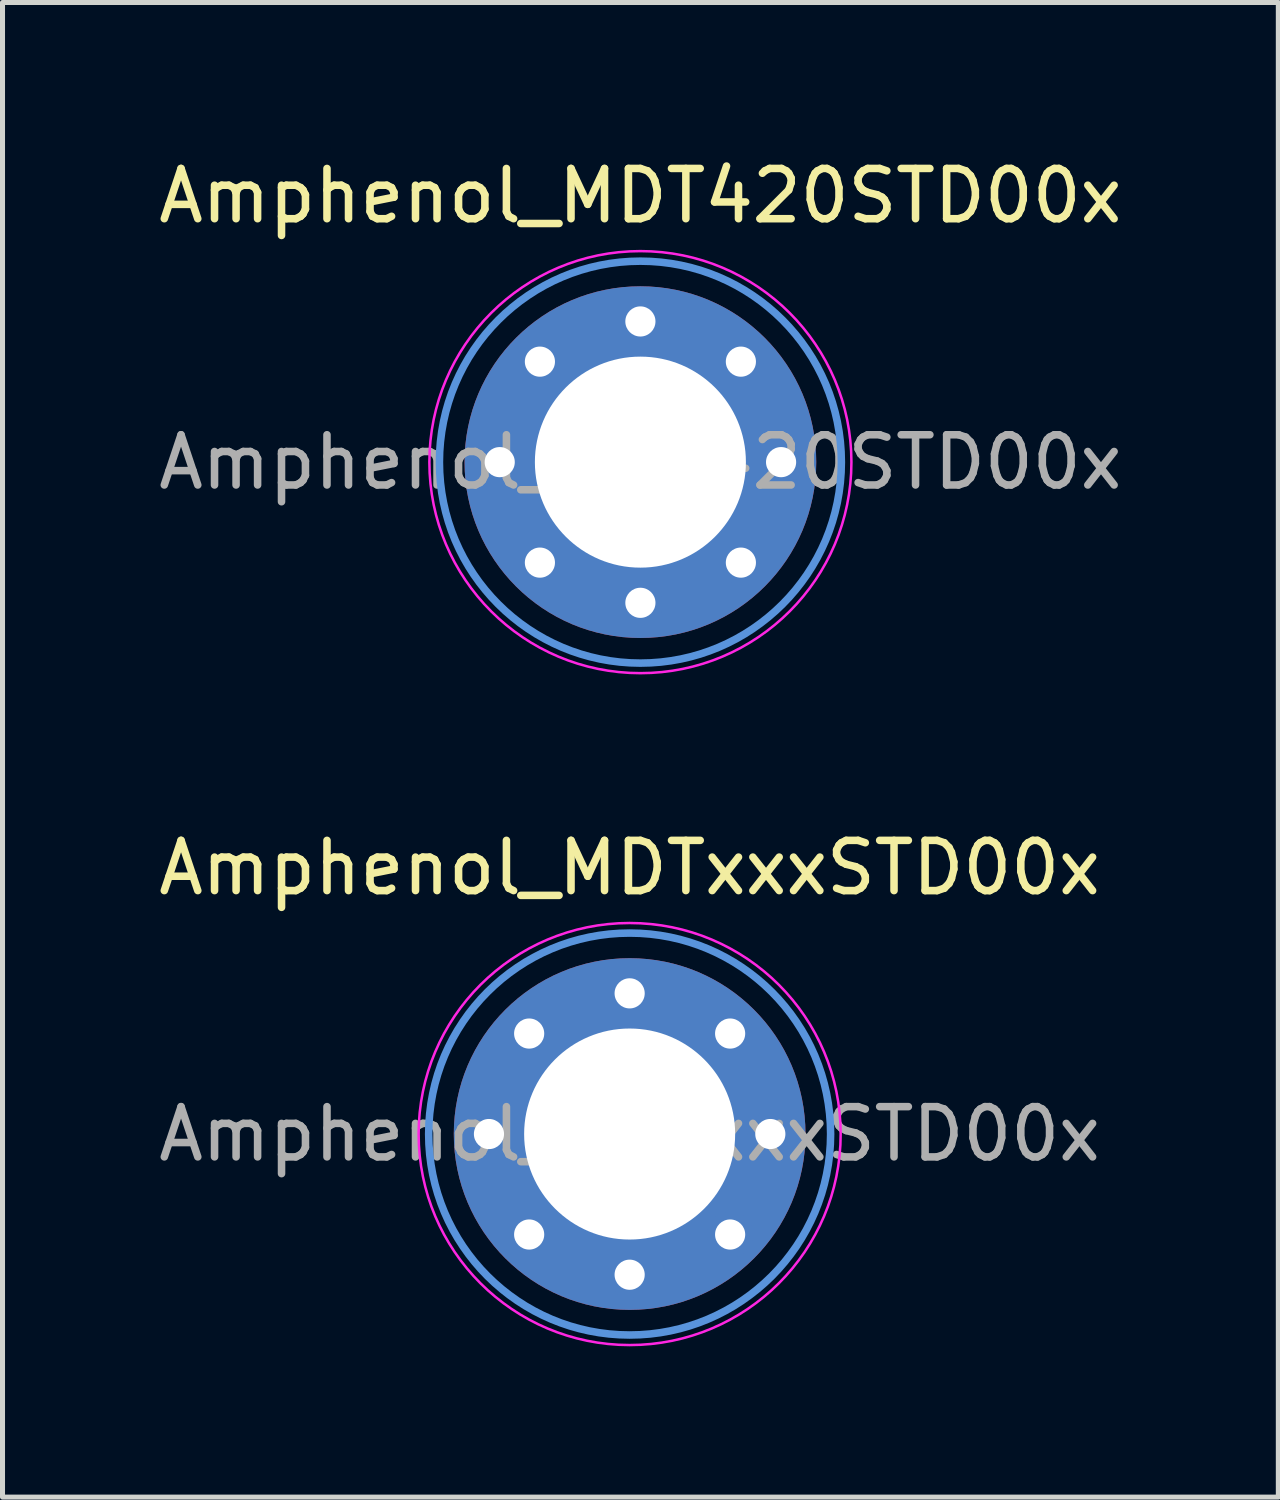
<source format=kicad_pcb>
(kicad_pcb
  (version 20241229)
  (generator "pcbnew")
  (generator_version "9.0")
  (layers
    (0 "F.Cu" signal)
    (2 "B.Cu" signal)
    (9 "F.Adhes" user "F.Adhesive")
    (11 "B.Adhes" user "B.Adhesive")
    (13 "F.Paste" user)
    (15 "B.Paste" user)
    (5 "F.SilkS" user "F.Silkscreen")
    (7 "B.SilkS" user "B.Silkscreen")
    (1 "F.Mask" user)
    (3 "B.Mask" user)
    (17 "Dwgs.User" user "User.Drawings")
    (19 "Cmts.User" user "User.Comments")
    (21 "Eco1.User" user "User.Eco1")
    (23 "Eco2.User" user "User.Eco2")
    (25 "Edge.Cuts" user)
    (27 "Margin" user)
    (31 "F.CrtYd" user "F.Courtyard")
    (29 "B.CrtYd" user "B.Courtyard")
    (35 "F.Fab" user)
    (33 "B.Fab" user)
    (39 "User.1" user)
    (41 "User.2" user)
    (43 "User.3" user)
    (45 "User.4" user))
  (footprint "Amphenol_MDTxxxSTD00x"
    (layer "F.Cu")
    (at 9.482 19.521)
    (property "Reference" "Amphenol_MDTxxxSTD00x" (at 0 -5.3 0) (layer "F.SilkS") (effects (font (size 1 1) (thickness 0.15))))
    (attr exclude_from_pos_files exclude_from_bom)
    (fp_circle (center 0 0) (end 4 0) (stroke (width 0.15) (type solid)) (fill no) (layer "Cmts.User"))
    (fp_circle (center 0 0) (end 4.2 0) (stroke (width 0.05) (type solid)) (fill no) (layer "F.CrtYd"))
    (fp_text user "${REFERENCE}" (at 0 0 0) (layer "F.Fab") (effects (font (size 1 1) (thickness 0.15))))
    (pad "1" thru_hole circle (at -2.8 0) (size 0.9 0.9) (drill 0.6) (layers "*.Cu" "*.Mask" "F.Paste"))
    (pad "1" thru_hole circle (at -2 -2) (size 0.9 0.9) (drill 0.6) (layers "*.Cu" "*.Mask" "F.Paste"))
    (pad "1" thru_hole circle (at -2 2) (size 0.9 0.9) (drill 0.6) (layers "*.Cu" "*.Mask" "F.Paste"))
    (pad "1" thru_hole circle (at 0 -2.8) (size 0.9 0.9) (drill 0.6) (layers "*.Cu" "*.Mask" "F.Paste"))
    (pad "1" thru_hole circle (at 0 0) (size 7 7) (drill 4.2) (layers "*.Cu" "*.Mask"))
    (pad "1" thru_hole circle (at 0 2.8) (size 0.9 0.9) (drill 0.6) (layers "*.Cu" "*.Mask" "F.Paste"))
    (pad "1" thru_hole circle (at 2 -2) (size 0.9 0.9) (drill 0.6) (layers "*.Cu" "*.Mask" "F.Paste"))
    (pad "1" thru_hole circle (at 2 2) (size 0.9 0.9) (drill 0.6) (layers "*.Cu" "*.Mask" "F.Paste"))
    (pad "1" thru_hole circle (at 2.8 0) (size 0.9 0.9) (drill 0.6) (layers "*.Cu" "*.Mask" "F.Paste")))
  (footprint "Amphenol_MDT420STD00x"
    (layer "F.Cu")
    (at 9.696 6.148)
    (property "Reference" "Amphenol_MDT420STD00x" (at 0 -5.3 0) (layer "F.SilkS") (effects (font (size 1 1) (thickness 0.15))))
    (attr exclude_from_pos_files exclude_from_bom)
    (fp_circle (center 0 0) (end 4 0) (stroke (width 0.15) (type solid)) (fill no) (layer "Cmts.User"))
    (fp_circle (center 0 0) (end 4.2 0) (stroke (width 0.05) (type solid)) (fill no) (layer "F.CrtYd"))
    (fp_text user "${REFERENCE}" (at 0 0 0) (layer "F.Fab") (effects (font (size 1 1) (thickness 0.15))))
    (pad "1" thru_hole circle (at -2.8 0) (size 0.9 0.9) (drill 0.6) (layers "*.Cu" "*.Mask" "F.Paste"))
    (pad "1" thru_hole circle (at -2 -2) (size 0.9 0.9) (drill 0.6) (layers "*.Cu" "*.Mask" "F.Paste"))
    (pad "1" thru_hole circle (at -2 2) (size 0.9 0.9) (drill 0.6) (layers "*.Cu" "*.Mask" "F.Paste"))
    (pad "1" thru_hole circle (at 0 -2.8) (size 0.9 0.9) (drill 0.6) (layers "*.Cu" "*.Mask" "F.Paste"))
    (pad "1" thru_hole circle (at 0 0) (size 7 7) (drill 4.2) (layers "*.Cu" "*.Mask"))
    (pad "1" thru_hole circle (at 0 2.8) (size 0.9 0.9) (drill 0.6) (layers "*.Cu" "*.Mask" "F.Paste"))
    (pad "1" thru_hole circle (at 2 -2) (size 0.9 0.9) (drill 0.6) (layers "*.Cu" "*.Mask" "F.Paste"))
    (pad "1" thru_hole circle (at 2 2) (size 0.9 0.9) (drill 0.6) (layers "*.Cu" "*.Mask" "F.Paste"))
    (pad "1" thru_hole circle (at 2.8 0) (size 0.9 0.9) (drill 0.6) (layers "*.Cu" "*.Mask" "F.Paste")))
  (gr_rect
    (start -3 -3)
    (end 22.393 26.747)
    (stroke (width 0.1) (type default))
    (fill no)
    (layer "Edge.Cuts")))
</source>
